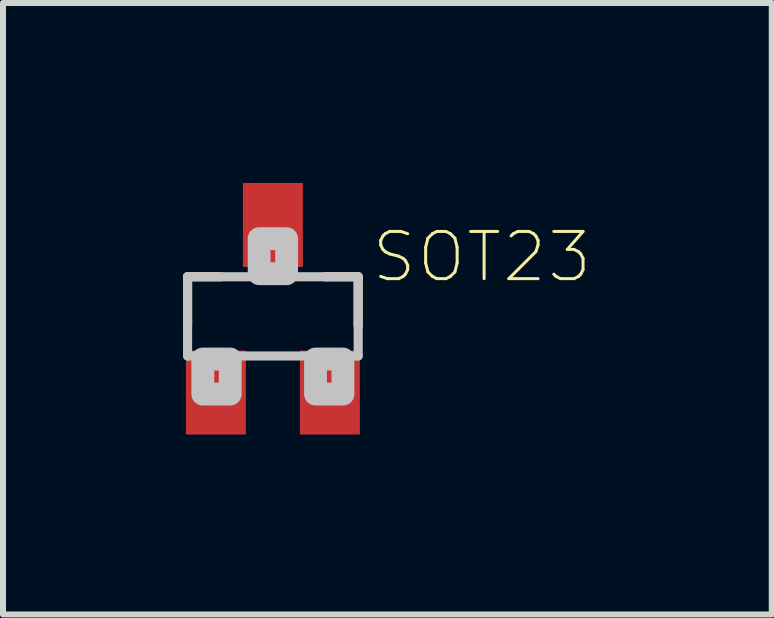
<source format=kicad_pcb>
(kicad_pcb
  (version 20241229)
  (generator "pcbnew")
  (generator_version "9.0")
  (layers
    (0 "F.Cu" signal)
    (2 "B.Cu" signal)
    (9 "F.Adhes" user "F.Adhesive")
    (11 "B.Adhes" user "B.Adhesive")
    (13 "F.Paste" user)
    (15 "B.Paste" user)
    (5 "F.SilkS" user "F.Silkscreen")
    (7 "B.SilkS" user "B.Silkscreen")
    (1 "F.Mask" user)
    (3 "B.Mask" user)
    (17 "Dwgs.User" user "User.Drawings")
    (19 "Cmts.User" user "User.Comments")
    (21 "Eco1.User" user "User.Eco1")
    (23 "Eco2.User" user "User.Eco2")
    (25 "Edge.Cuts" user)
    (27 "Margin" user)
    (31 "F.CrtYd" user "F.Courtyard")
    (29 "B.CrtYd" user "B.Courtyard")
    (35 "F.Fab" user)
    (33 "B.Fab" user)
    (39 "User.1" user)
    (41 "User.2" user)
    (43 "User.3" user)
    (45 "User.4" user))
  (footprint "SOT23"
    (layer "F.Cu")
    (at 1.499 2.224)
    (property "Reference" "SOT23" (at 3.484 -0.99 0) (layer "F.SilkS") (effects (font (size 0.787 0.787) (thickness 0.05))))
    (attr smd)
    (fp_line (start -1.422 -0.66) (end -0.864 -0.66) (stroke (width 0.152) (type solid)) (layer "F.SilkS"))
    (fp_line (start -1.422 0.152) (end -1.422 -0.66) (stroke (width 0.152) (type solid)) (layer "F.SilkS"))
    (fp_line (start 0.864 -0.66) (end 1.422 -0.66) (stroke (width 0.152) (type solid)) (layer "F.SilkS"))
    (fp_line (start 1.422 -0.66) (end 1.422 0.152) (stroke (width 0.152) (type solid)) (layer "F.SilkS"))
    (fp_line (start -1.422 -0.66) (end 1.422 -0.66) (stroke (width 0.152) (type solid)) (layer "Dwgs.User"))
    (fp_line (start -1.422 0.66) (end -1.422 -0.66) (stroke (width 0.152) (type solid)) (layer "Dwgs.User"))
    (fp_line (start 1.422 -0.66) (end 1.422 0.66) (stroke (width 0.152) (type solid)) (layer "Dwgs.User"))
    (fp_line (start 1.422 0.66) (end -1.422 0.66) (stroke (width 0.152) (type solid)) (layer "Dwgs.User"))
    (fp_poly (pts (xy -1.168 0.711) (xy -0.711 0.711) (xy -0.711 1.295) (xy -1.168 1.295)) (stroke (width 0.381) (type solid)) (fill no) (layer "Dwgs.User"))
    (fp_poly (pts (xy -0.229 -1.295) (xy 0.229 -1.295) (xy 0.229 -0.711) (xy -0.229 -0.711)) (stroke (width 0.381) (type solid)) (fill no) (layer "Dwgs.User"))
    (fp_poly (pts (xy 0.711 0.711) (xy 1.168 0.711) (xy 1.168 1.295) (xy 0.711 1.295)) (stroke (width 0.381) (type solid)) (fill no) (layer "Dwgs.User"))
    (pad "1" smd rect (at -0.95 1.27) (size 1 1.4) (layers "F.Cu" "F.Mask" "F.Paste"))
    (pad "2" smd rect (at 0.95 1.27) (size 1 1.4) (layers "F.Cu" "F.Mask" "F.Paste"))
    (pad "3" smd rect (at 0 -1.524) (size 1 1.4) (layers "F.Cu" "F.Mask" "F.Paste")))
  (gr_rect
    (start -3 -3)
    (end 9.816 7.194)
    (stroke (width 0.1) (type default))
    (fill no)
    (layer "Edge.Cuts")))
</source>
